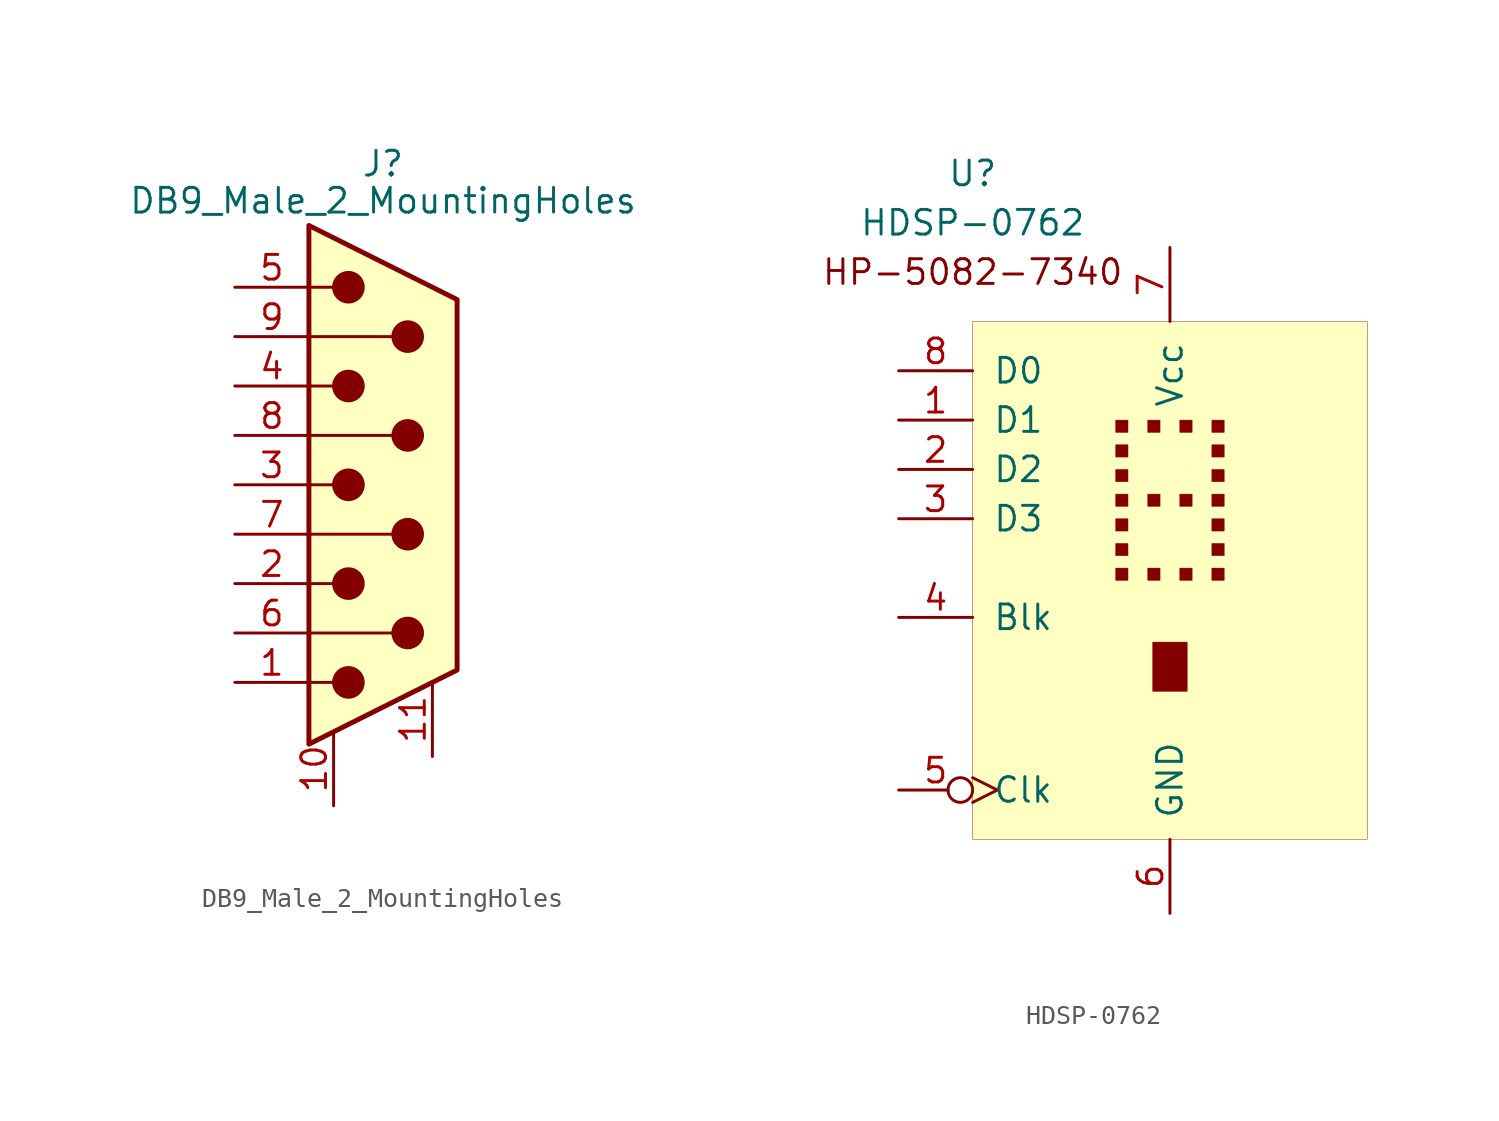
<source format=kicad_sym>
(kicad_symbol_lib
  (version 20200908)
  (generator kicad_symbol_editor)
  (symbol "Magic1_components:DB9_Male_2_MountingHoles"
    (pin_names
      (offset 1.016) hide)
    (property "Reference" "J"
      (at 0 16.51 0)
      (effects (font (size 1.27 1.27))))
    (property "Value" "DB9_Male_2_MountingHoles"
      (at 0 14.605 0)
      (effects (font (size 1.27 1.27))))
    (symbol "DB9_Male_2_MountingHoles_0_1"
      (circle (center -1.778 -10.16) (radius 0.762) (stroke (width 0)) (fill (type outline)))
      (circle (center -1.778 -5.08) (radius 0.762) (stroke (width 0)) (fill (type outline)))
      (circle (center -1.778 0) (radius 0.762) (stroke (width 0)) (fill (type outline)))
      (circle (center -1.778 5.08) (radius 0.762) (stroke (width 0)) (fill (type outline)))
      (circle (center -1.778 10.16) (radius 0.762) (stroke (width 0)) (fill (type outline)))
      (circle (center 1.27 -7.62) (radius 0.762) (stroke (width 0)) (fill (type outline)))
      (circle (center 1.27 -2.54) (radius 0.762) (stroke (width 0)) (fill (type outline)))
      (circle (center 1.27 2.54) (radius 0.762) (stroke (width 0)) (fill (type outline)))
      (circle (center 1.27 7.62) (radius 0.762) (stroke (width 0)) (fill (type outline)))
      (polyline (pts (xy -3.81 -10.16) (xy -2.54 -10.16)) (stroke (width 0)) (fill (type none)))
      (polyline (pts (xy -3.81 -7.62) (xy 0.508 -7.62)) (stroke (width 0)) (fill (type none)))
      (polyline (pts (xy -3.81 -5.08) (xy -2.54 -5.08)) (stroke (width 0)) (fill (type none)))
      (polyline (pts (xy -3.81 -2.54) (xy 0.508 -2.54)) (stroke (width 0)) (fill (type none)))
      (polyline (pts (xy -3.81 0) (xy -2.54 0)) (stroke (width 0)) (fill (type none)))
      (polyline (pts (xy -3.81 2.54) (xy 0.508 2.54)) (stroke (width 0)) (fill (type none)))
      (polyline (pts (xy -3.81 5.08) (xy -2.54 5.08)) (stroke (width 0)) (fill (type none)))
      (polyline (pts (xy -3.81 7.62) (xy 0.508 7.62)) (stroke (width 0)) (fill (type none)))
      (polyline (pts (xy -3.81 10.16) (xy -2.54 10.16)) (stroke (width 0)) (fill (type none)))
      (polyline (pts (xy -3.81 -13.335) (xy -3.81 13.335) (xy 3.81 9.525) (xy 3.81 -9.525) (xy -3.81 -13.335)) (stroke (width 0.254)) (fill (type background))))
    (symbol "DB9_Male_2_MountingHoles_1_1"
      (pin passive line (at -2.54 -16.51 90) (length 3.81) (name "PAD" (effects (font (size 1.27 1.27)))) (number "10" (effects (font (size 1.27 1.27)))))
      (pin passive line (at -7.62 -10.16 0) (length 3.81) (name "1" (effects (font (size 1.27 1.27)))) (number "1" (effects (font (size 1.27 1.27)))))
      (pin passive line (at -7.62 -5.08 0) (length 3.81) (name "2" (effects (font (size 1.27 1.27)))) (number "2" (effects (font (size 1.27 1.27)))))
      (pin passive line (at -7.62 0 0) (length 3.81) (name "3" (effects (font (size 1.27 1.27)))) (number "3" (effects (font (size 1.27 1.27)))))
      (pin passive line (at -7.62 5.08 0) (length 3.81) (name "4" (effects (font (size 1.27 1.27)))) (number "4" (effects (font (size 1.27 1.27)))))
      (pin passive line (at -7.62 10.16 0) (length 3.81) (name "5" (effects (font (size 1.27 1.27)))) (number "5" (effects (font (size 1.27 1.27)))))
      (pin passive line (at -7.62 -7.62 0) (length 3.81) (name "6" (effects (font (size 1.27 1.27)))) (number "6" (effects (font (size 1.27 1.27)))))
      (pin passive line (at -7.62 -2.54 0) (length 3.81) (name "7" (effects (font (size 1.27 1.27)))) (number "7" (effects (font (size 1.27 1.27)))))
      (pin passive line (at -7.62 2.54 0) (length 3.81) (name "8" (effects (font (size 1.27 1.27)))) (number "8" (effects (font (size 1.27 1.27)))))
      (pin passive line (at -7.62 7.62 0) (length 3.81) (name "9" (effects (font (size 1.27 1.27)))) (number "9" (effects (font (size 1.27 1.27)))))
      (pin passive line (at 2.54 -13.97 90) (length 3.81) (name "PAD" (effects (font (size 1.27 1.27)))) (number "11" (effects (font (size 1.27 1.27)))))))
  (symbol "Magic1_components:HDSP-0762"
    (pin_names
      (offset 1.016))
    (property "Reference" "U"
      (at -10.16 20.32 0)
      (effects (font (size 1.27 1.27))))
    (property "Value" "HDSP-0762"
      (at -10.16 17.78 0)
      (effects (font (size 1.27 1.27))))
    (symbol "HDSP-0762_0_0"
      (text "HP-5082-7340" (at -10.16 15.24 0) (effects (font (size 1.27 1.27))))
      (rectangle (start 0.508 7.62) (end 1.143 6.985) (stroke (width 0.001)) (fill (type outline)))
      (rectangle (start 2.159 7.62) (end 2.794 6.985) (stroke (width 0.001)) (fill (type outline)))
      (rectangle (start 2.159 6.35) (end 2.794 5.715) (stroke (width 0.001)) (fill (type outline)))
      (rectangle (start 2.159 5.08) (end 2.794 4.445) (stroke (width 0.001)) (fill (type outline)))
      (rectangle (start 2.159 3.81) (end 2.794 3.175) (stroke (width 0.001)) (fill (type outline)))
      (rectangle (start 2.159 2.54) (end 2.794 1.905) (stroke (width 0.001)) (fill (type outline)))
      (rectangle (start 2.159 1.27) (end 2.794 0.635) (stroke (width 0.001)) (fill (type outline)))
      (rectangle (start 2.159 0) (end 2.794 -0.635) (stroke (width 0.001)) (fill (type outline)))
      (rectangle (start 0.508 0) (end 1.143 -0.635) (stroke (width 0.001)) (fill (type outline)))
      (rectangle (start 1.016 4.953) (end 1.016 4.953) (stroke (width 0.001)) (fill (type none)))
      (rectangle (start 0.508 3.81) (end 1.143 3.175) (stroke (width 0.001)) (fill (type outline)))
      (rectangle (start -1.143 7.62) (end -0.508 6.985) (stroke (width 0.001)) (fill (type outline)))
      (rectangle (start -2.794 7.62) (end -2.159 6.985) (stroke (width 0.001)) (fill (type outline)))
      (rectangle (start -2.794 6.35) (end -2.159 5.715) (stroke (width 0.001)) (fill (type outline)))
      (rectangle (start -2.794 5.08) (end -2.159 4.445) (stroke (width 0.001)) (fill (type outline)))
      (rectangle (start -2.794 3.81) (end -2.159 3.175) (stroke (width 0.001)) (fill (type outline)))
      (rectangle (start -2.794 2.54) (end -2.159 1.905) (stroke (width 0.001)) (fill (type outline)))
      (rectangle (start -2.794 1.27) (end -2.159 0.635) (stroke (width 0.001)) (fill (type outline)))
      (rectangle (start -2.794 0) (end -2.159 -0.635) (stroke (width 0.001)) (fill (type outline)))
      (rectangle (start -1.143 0) (end -0.508 -0.635) (stroke (width 0.001)) (fill (type outline)))
      (rectangle (start -1.143 3.81) (end -0.508 3.175) (stroke (width 0.001)) (fill (type outline)))
      (rectangle (start -0.889 -3.81) (end 0.889 -6.35) (stroke (width 0.001)) (fill (type outline))))
    (symbol "HDSP-0762_0_1"
      (rectangle (start -10.16 12.7) (end 10.16 -13.97) (stroke (width 0.001)) (fill (type background))))
    (symbol "HDSP-0762_1_1"
      (pin input line (at -13.97 7.62 0) (length 3.81) (name "D1" (effects (font (size 1.27 1.27)))) (number "1" (effects (font (size 1.27 1.27)))))
      (pin input line (at -13.97 5.08 0) (length 3.81) (name "D2" (effects (font (size 1.27 1.27)))) (number "2" (effects (font (size 1.27 1.27)))))
      (pin input line (at -13.97 10.16 0) (length 3.81) (name "D0" (effects (font (size 1.27 1.27)))) (number "8" (effects (font (size 1.27 1.27)))))
      (pin input line (at -13.97 2.54 0) (length 3.81) (name "D3" (effects (font (size 1.27 1.27)))) (number "3" (effects (font (size 1.27 1.27)))))
      (pin input line (at -13.97 -2.54 0) (length 3.81) (name "Blk" (effects (font (size 1.27 1.27)))) (number "4" (effects (font (size 1.27 1.27)))))
      (pin input inverted_clock (at -13.97 -11.43 0) (length 3.81) (name "Clk" (effects (font (size 1.27 1.27)))) (number "5" (effects (font (size 1.27 1.27)))))
      (pin power_in line (at 0 16.51 270) (length 3.81) (name "Vcc" (effects (font (size 1.27 1.27)))) (number "7" (effects (font (size 1.27 1.27)))))
      (pin power_in line (at 0 -17.78 90) (length 3.81) (name "GND" (effects (font (size 1.27 1.27)))) (number "6" (effects (font (size 1.27 1.27))))))))
</source>
